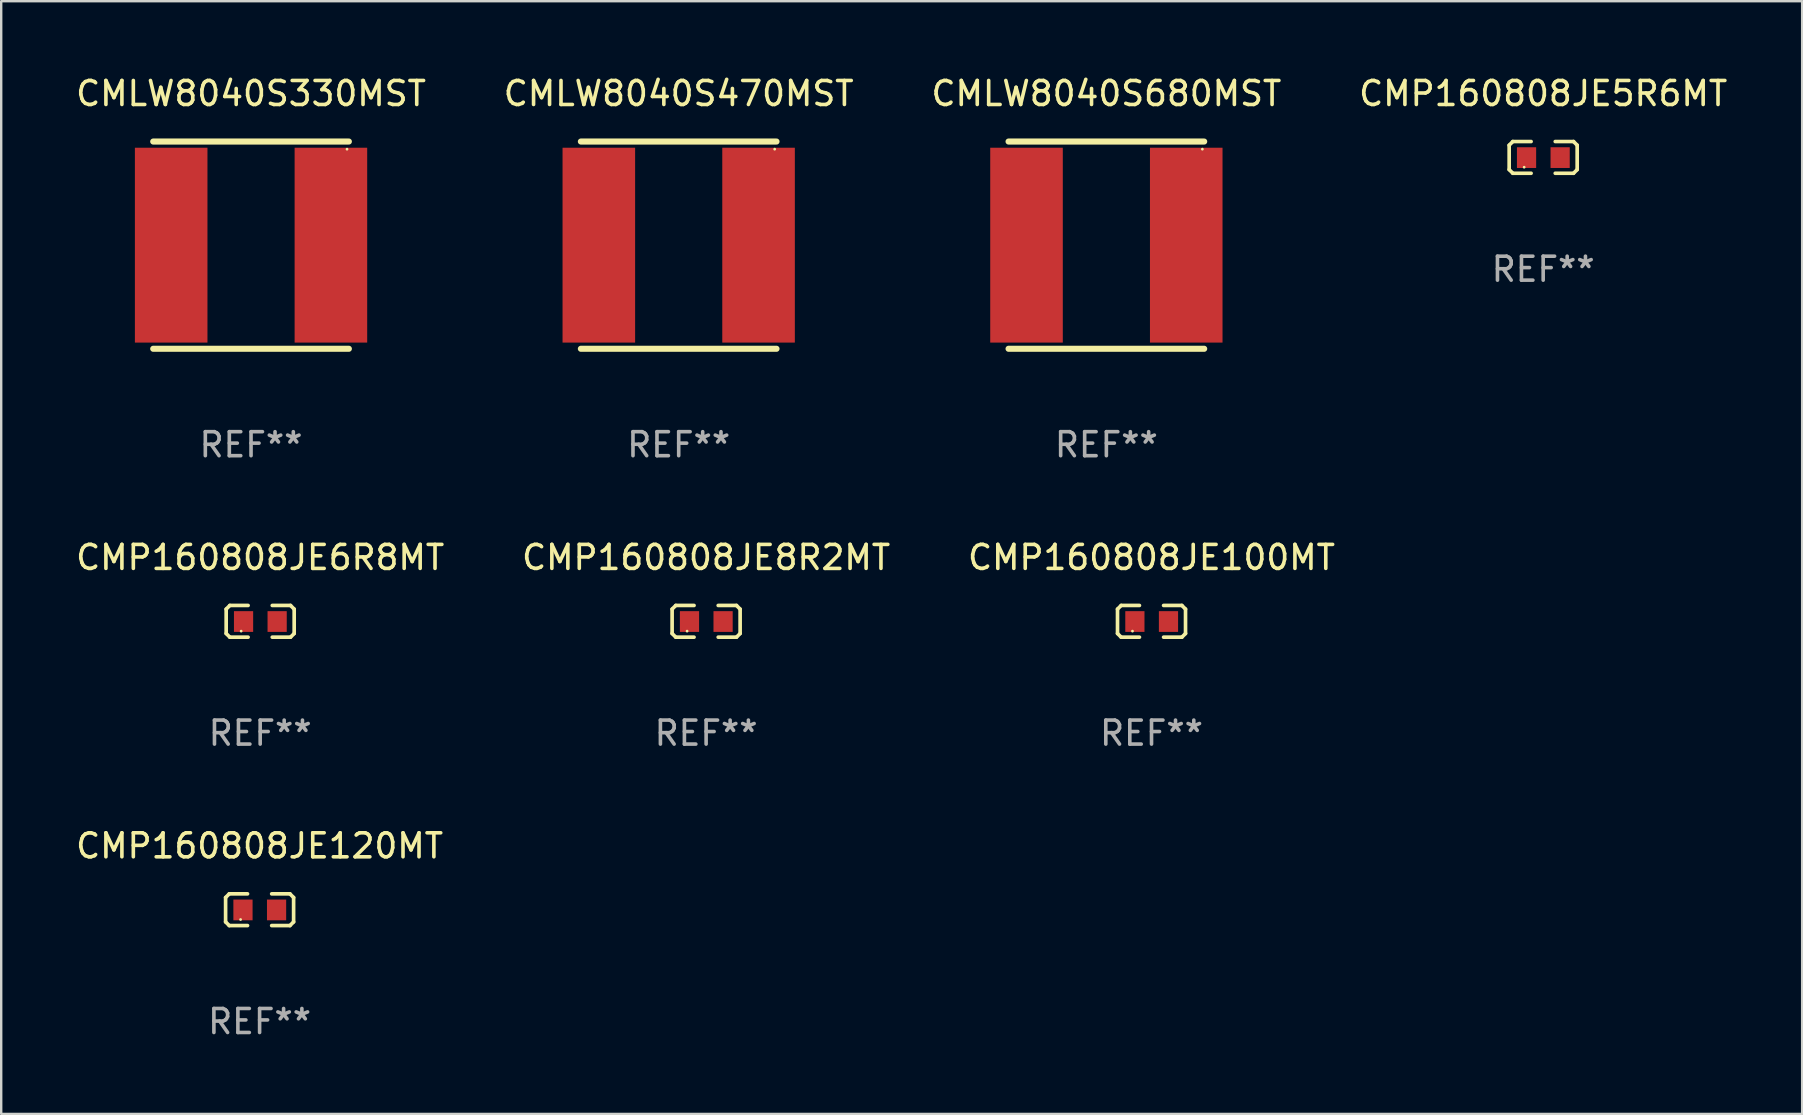
<source format=kicad_pcb>
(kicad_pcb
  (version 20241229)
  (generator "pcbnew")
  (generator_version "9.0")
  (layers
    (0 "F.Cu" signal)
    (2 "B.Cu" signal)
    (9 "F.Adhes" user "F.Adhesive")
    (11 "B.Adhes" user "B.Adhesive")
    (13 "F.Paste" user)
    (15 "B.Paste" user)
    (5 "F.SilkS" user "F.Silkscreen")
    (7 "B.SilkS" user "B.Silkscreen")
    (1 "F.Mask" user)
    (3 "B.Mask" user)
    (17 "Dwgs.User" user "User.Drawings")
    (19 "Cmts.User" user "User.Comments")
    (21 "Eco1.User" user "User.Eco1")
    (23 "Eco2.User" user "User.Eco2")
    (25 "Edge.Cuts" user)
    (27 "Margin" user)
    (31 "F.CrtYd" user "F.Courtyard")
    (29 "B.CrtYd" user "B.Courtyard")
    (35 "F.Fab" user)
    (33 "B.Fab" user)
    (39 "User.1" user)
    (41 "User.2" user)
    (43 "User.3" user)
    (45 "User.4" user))
  (footprint "CMLW8040S470MST"
    (layer "F.Cu")
    (at 25.232 7.166)
    (property "Reference" "CMLW8040S470MST" (at 0 -6.318 0) (layer "F.SilkS") (effects (font (size 1 1) (thickness 0.15))))
    (attr through_hole)
    (fp_line (start -4.076 -4.318) (end 4.076 -4.318) (stroke (width 0.254) (type solid)) (layer "F.SilkS"))
    (fp_line (start -4.076 4.318) (end 4.076 4.318) (stroke (width 0.254) (type solid)) (layer "F.SilkS"))
    (fp_circle (center 4 -4) (end 4.03 -4) (stroke (width 0.06) (type solid)) (fill no) (layer "F.SilkS"))
    (fp_text user "REF**" (at 0 8.318 0) (layer "F.Fab") (effects (font (size 1 1) (thickness 0.15))))
    (pad "1" smd rect (at 3.328 0) (size 3.024 8.12) (layers "F.Cu" "F.Mask" "F.Paste"))
    (pad "2" smd rect (at -3.328 0) (size 3.024 8.12) (layers "F.Cu" "F.Mask" "F.Paste")))
  (footprint "CMP160808JE8R2MT"
    (layer "F.Cu")
    (at 26.375 22.841)
    (property "Reference" "CMP160808JE8R2MT" (at 0 -2.661 0) (layer "F.SilkS") (effects (font (size 1 1) (thickness 0.15))))
    (attr through_hole)
    (fp_line (start -1.417 -0.508) (end -1.265 -0.661) (stroke (width 0.152) (type solid)) (layer "F.SilkS"))
    (fp_line (start -1.417 0.508) (end -1.417 -0.508) (stroke (width 0.152) (type solid)) (layer "F.SilkS"))
    (fp_line (start -1.265 -0.661) (end -0.503 -0.661) (stroke (width 0.152) (type solid)) (layer "F.SilkS"))
    (fp_line (start -1.265 0.661) (end -1.417 0.508) (stroke (width 0.152) (type solid)) (layer "F.SilkS"))
    (fp_line (start -1.265 0.661) (end -0.503 0.661) (stroke (width 0.152) (type solid)) (layer "F.SilkS"))
    (fp_line (start 1.265 -0.661) (end 0.503 -0.661) (stroke (width 0.152) (type solid)) (layer "F.SilkS"))
    (fp_line (start 1.265 -0.661) (end 1.417 -0.508) (stroke (width 0.152) (type solid)) (layer "F.SilkS"))
    (fp_line (start 1.265 0.661) (end 0.503 0.661) (stroke (width 0.152) (type solid)) (layer "F.SilkS"))
    (fp_line (start 1.417 -0.508) (end 1.417 0.508) (stroke (width 0.152) (type solid)) (layer "F.SilkS"))
    (fp_line (start 1.417 0.508) (end 1.265 0.661) (stroke (width 0.152) (type solid)) (layer "F.SilkS"))
    (fp_circle (center -0.793 0.409) (end -0.763 0.409) (stroke (width 0.06) (type solid)) (fill no) (layer "F.SilkS"))
    (fp_text user "REF**" (at 0 4.661 0) (layer "F.Fab") (effects (font (size 1 1) (thickness 0.15))))
    (pad "1" smd rect (at -0.693 0.009 180) (size 0.8 0.864) (layers "F.Cu" "F.Mask" "F.Paste"))
    (pad "2" smd rect (at 0.707 0.009 180) (size 0.8 0.864) (layers "F.Cu" "F.Mask" "F.Paste")))
  (footprint "CMP160808JE5R6MT"
    (layer "F.Cu")
    (at 61.256 3.509)
    (property "Reference" "CMP160808JE5R6MT" (at 0 -2.661 0) (layer "F.SilkS") (effects (font (size 1 1) (thickness 0.15))))
    (attr through_hole)
    (fp_line (start -1.417 -0.508) (end -1.265 -0.661) (stroke (width 0.152) (type solid)) (layer "F.SilkS"))
    (fp_line (start -1.417 0.508) (end -1.417 -0.508) (stroke (width 0.152) (type solid)) (layer "F.SilkS"))
    (fp_line (start -1.265 -0.661) (end -0.503 -0.661) (stroke (width 0.152) (type solid)) (layer "F.SilkS"))
    (fp_line (start -1.265 0.661) (end -1.417 0.508) (stroke (width 0.152) (type solid)) (layer "F.SilkS"))
    (fp_line (start -1.265 0.661) (end -0.503 0.661) (stroke (width 0.152) (type solid)) (layer "F.SilkS"))
    (fp_line (start 1.265 -0.661) (end 0.503 -0.661) (stroke (width 0.152) (type solid)) (layer "F.SilkS"))
    (fp_line (start 1.265 -0.661) (end 1.417 -0.508) (stroke (width 0.152) (type solid)) (layer "F.SilkS"))
    (fp_line (start 1.265 0.661) (end 0.503 0.661) (stroke (width 0.152) (type solid)) (layer "F.SilkS"))
    (fp_line (start 1.417 -0.508) (end 1.417 0.508) (stroke (width 0.152) (type solid)) (layer "F.SilkS"))
    (fp_line (start 1.417 0.508) (end 1.265 0.661) (stroke (width 0.152) (type solid)) (layer "F.SilkS"))
    (fp_circle (center -0.793 0.409) (end -0.763 0.409) (stroke (width 0.06) (type solid)) (fill no) (layer "F.SilkS"))
    (fp_text user "REF**" (at 0 4.661 0) (layer "F.Fab") (effects (font (size 1 1) (thickness 0.15))))
    (pad "1" smd rect (at -0.693 0.009 180) (size 0.8 0.864) (layers "F.Cu" "F.Mask" "F.Paste"))
    (pad "2" smd rect (at 0.707 0.009 180) (size 0.8 0.864) (layers "F.Cu" "F.Mask" "F.Paste")))
  (footprint "CMP160808JE6R8MT"
    (layer "F.Cu")
    (at 7.792 22.841)
    (property "Reference" "CMP160808JE6R8MT" (at 0 -2.661 0) (layer "F.SilkS") (effects (font (size 1 1) (thickness 0.15))))
    (attr through_hole)
    (fp_line (start -1.417 -0.508) (end -1.265 -0.661) (stroke (width 0.152) (type solid)) (layer "F.SilkS"))
    (fp_line (start -1.417 0.508) (end -1.417 -0.508) (stroke (width 0.152) (type solid)) (layer "F.SilkS"))
    (fp_line (start -1.265 -0.661) (end -0.503 -0.661) (stroke (width 0.152) (type solid)) (layer "F.SilkS"))
    (fp_line (start -1.265 0.661) (end -1.417 0.508) (stroke (width 0.152) (type solid)) (layer "F.SilkS"))
    (fp_line (start -1.265 0.661) (end -0.503 0.661) (stroke (width 0.152) (type solid)) (layer "F.SilkS"))
    (fp_line (start 1.265 -0.661) (end 0.503 -0.661) (stroke (width 0.152) (type solid)) (layer "F.SilkS"))
    (fp_line (start 1.265 -0.661) (end 1.417 -0.508) (stroke (width 0.152) (type solid)) (layer "F.SilkS"))
    (fp_line (start 1.265 0.661) (end 0.503 0.661) (stroke (width 0.152) (type solid)) (layer "F.SilkS"))
    (fp_line (start 1.417 -0.508) (end 1.417 0.508) (stroke (width 0.152) (type solid)) (layer "F.SilkS"))
    (fp_line (start 1.417 0.508) (end 1.265 0.661) (stroke (width 0.152) (type solid)) (layer "F.SilkS"))
    (fp_circle (center -0.793 0.409) (end -0.763 0.409) (stroke (width 0.06) (type solid)) (fill no) (layer "F.SilkS"))
    (fp_text user "REF**" (at 0 4.661 0) (layer "F.Fab") (effects (font (size 1 1) (thickness 0.15))))
    (pad "1" smd rect (at -0.693 0.009 180) (size 0.8 0.864) (layers "F.Cu" "F.Mask" "F.Paste"))
    (pad "2" smd rect (at 0.707 0.009 180) (size 0.8 0.864) (layers "F.Cu" "F.Mask" "F.Paste")))
  (footprint "CMLW8040S330MST"
    (layer "F.Cu")
    (at 7.411 7.166)
    (property "Reference" "CMLW8040S330MST" (at 0 -6.318 0) (layer "F.SilkS") (effects (font (size 1 1) (thickness 0.15))))
    (attr through_hole)
    (fp_line (start -4.076 -4.318) (end 4.076 -4.318) (stroke (width 0.254) (type solid)) (layer "F.SilkS"))
    (fp_line (start -4.076 4.318) (end 4.076 4.318) (stroke (width 0.254) (type solid)) (layer "F.SilkS"))
    (fp_circle (center 4 -4) (end 4.03 -4) (stroke (width 0.06) (type solid)) (fill no) (layer "F.SilkS"))
    (fp_text user "REF**" (at 0 8.318 0) (layer "F.Fab") (effects (font (size 1 1) (thickness 0.15))))
    (pad "1" smd rect (at 3.328 0) (size 3.024 8.12) (layers "F.Cu" "F.Mask" "F.Paste"))
    (pad "2" smd rect (at -3.328 0) (size 3.024 8.12) (layers "F.Cu" "F.Mask" "F.Paste")))
  (footprint "CMLW8040S680MST"
    (layer "F.Cu")
    (at 43.054 7.166)
    (property "Reference" "CMLW8040S680MST" (at 0 -6.318 0) (layer "F.SilkS") (effects (font (size 1 1) (thickness 0.15))))
    (attr through_hole)
    (fp_line (start -4.076 -4.318) (end 4.076 -4.318) (stroke (width 0.254) (type solid)) (layer "F.SilkS"))
    (fp_line (start -4.076 4.318) (end 4.076 4.318) (stroke (width 0.254) (type solid)) (layer "F.SilkS"))
    (fp_circle (center 4 -4) (end 4.03 -4) (stroke (width 0.06) (type solid)) (fill no) (layer "F.SilkS"))
    (fp_text user "REF**" (at 0 8.318 0) (layer "F.Fab") (effects (font (size 1 1) (thickness 0.15))))
    (pad "1" smd rect (at 3.328 0) (size 3.024 8.12) (layers "F.Cu" "F.Mask" "F.Paste"))
    (pad "2" smd rect (at -3.328 0) (size 3.024 8.12) (layers "F.Cu" "F.Mask" "F.Paste")))
  (footprint "CMP160808JE100MT"
    (layer "F.Cu")
    (at 44.935 22.841)
    (property "Reference" "CMP160808JE100MT" (at 0 -2.661 0) (layer "F.SilkS") (effects (font (size 1 1) (thickness 0.15))))
    (attr through_hole)
    (fp_line (start -1.417 -0.508) (end -1.265 -0.661) (stroke (width 0.152) (type solid)) (layer "F.SilkS"))
    (fp_line (start -1.417 0.508) (end -1.417 -0.508) (stroke (width 0.152) (type solid)) (layer "F.SilkS"))
    (fp_line (start -1.265 -0.661) (end -0.503 -0.661) (stroke (width 0.152) (type solid)) (layer "F.SilkS"))
    (fp_line (start -1.265 0.661) (end -1.417 0.508) (stroke (width 0.152) (type solid)) (layer "F.SilkS"))
    (fp_line (start -1.265 0.661) (end -0.503 0.661) (stroke (width 0.152) (type solid)) (layer "F.SilkS"))
    (fp_line (start 1.265 -0.661) (end 0.503 -0.661) (stroke (width 0.152) (type solid)) (layer "F.SilkS"))
    (fp_line (start 1.265 -0.661) (end 1.417 -0.508) (stroke (width 0.152) (type solid)) (layer "F.SilkS"))
    (fp_line (start 1.265 0.661) (end 0.503 0.661) (stroke (width 0.152) (type solid)) (layer "F.SilkS"))
    (fp_line (start 1.417 -0.508) (end 1.417 0.508) (stroke (width 0.152) (type solid)) (layer "F.SilkS"))
    (fp_line (start 1.417 0.508) (end 1.265 0.661) (stroke (width 0.152) (type solid)) (layer "F.SilkS"))
    (fp_circle (center -0.793 0.409) (end -0.763 0.409) (stroke (width 0.06) (type solid)) (fill no) (layer "F.SilkS"))
    (fp_text user "REF**" (at 0 4.661 0) (layer "F.Fab") (effects (font (size 1 1) (thickness 0.15))))
    (pad "1" smd rect (at -0.693 0.009 180) (size 0.8 0.864) (layers "F.Cu" "F.Mask" "F.Paste"))
    (pad "2" smd rect (at 0.707 0.009 180) (size 0.8 0.864) (layers "F.Cu" "F.Mask" "F.Paste")))
  (footprint "CMP160808JE120MT"
    (layer "F.Cu")
    (at 7.768 34.859)
    (property "Reference" "CMP160808JE120MT" (at 0 -2.661 0) (layer "F.SilkS") (effects (font (size 1 1) (thickness 0.15))))
    (attr through_hole)
    (fp_line (start -1.417 -0.508) (end -1.265 -0.661) (stroke (width 0.152) (type solid)) (layer "F.SilkS"))
    (fp_line (start -1.417 0.508) (end -1.417 -0.508) (stroke (width 0.152) (type solid)) (layer "F.SilkS"))
    (fp_line (start -1.265 -0.661) (end -0.503 -0.661) (stroke (width 0.152) (type solid)) (layer "F.SilkS"))
    (fp_line (start -1.265 0.661) (end -1.417 0.508) (stroke (width 0.152) (type solid)) (layer "F.SilkS"))
    (fp_line (start -1.265 0.661) (end -0.503 0.661) (stroke (width 0.152) (type solid)) (layer "F.SilkS"))
    (fp_line (start 1.265 -0.661) (end 0.503 -0.661) (stroke (width 0.152) (type solid)) (layer "F.SilkS"))
    (fp_line (start 1.265 -0.661) (end 1.417 -0.508) (stroke (width 0.152) (type solid)) (layer "F.SilkS"))
    (fp_line (start 1.265 0.661) (end 0.503 0.661) (stroke (width 0.152) (type solid)) (layer "F.SilkS"))
    (fp_line (start 1.417 -0.508) (end 1.417 0.508) (stroke (width 0.152) (type solid)) (layer "F.SilkS"))
    (fp_line (start 1.417 0.508) (end 1.265 0.661) (stroke (width 0.152) (type solid)) (layer "F.SilkS"))
    (fp_circle (center -0.793 0.409) (end -0.763 0.409) (stroke (width 0.06) (type solid)) (fill no) (layer "F.SilkS"))
    (fp_text user "REF**" (at 0 4.661 0) (layer "F.Fab") (effects (font (size 1 1) (thickness 0.15))))
    (pad "1" smd rect (at -0.693 0.009 180) (size 0.8 0.864) (layers "F.Cu" "F.Mask" "F.Paste"))
    (pad "2" smd rect (at 0.707 0.009 180) (size 0.8 0.864) (layers "F.Cu" "F.Mask" "F.Paste")))
  (gr_rect
    (start -3 -3)
    (end 72.048 43.368)
    (stroke (width 0.1) (type default))
    (fill no)
    (layer "Edge.Cuts")))
</source>
